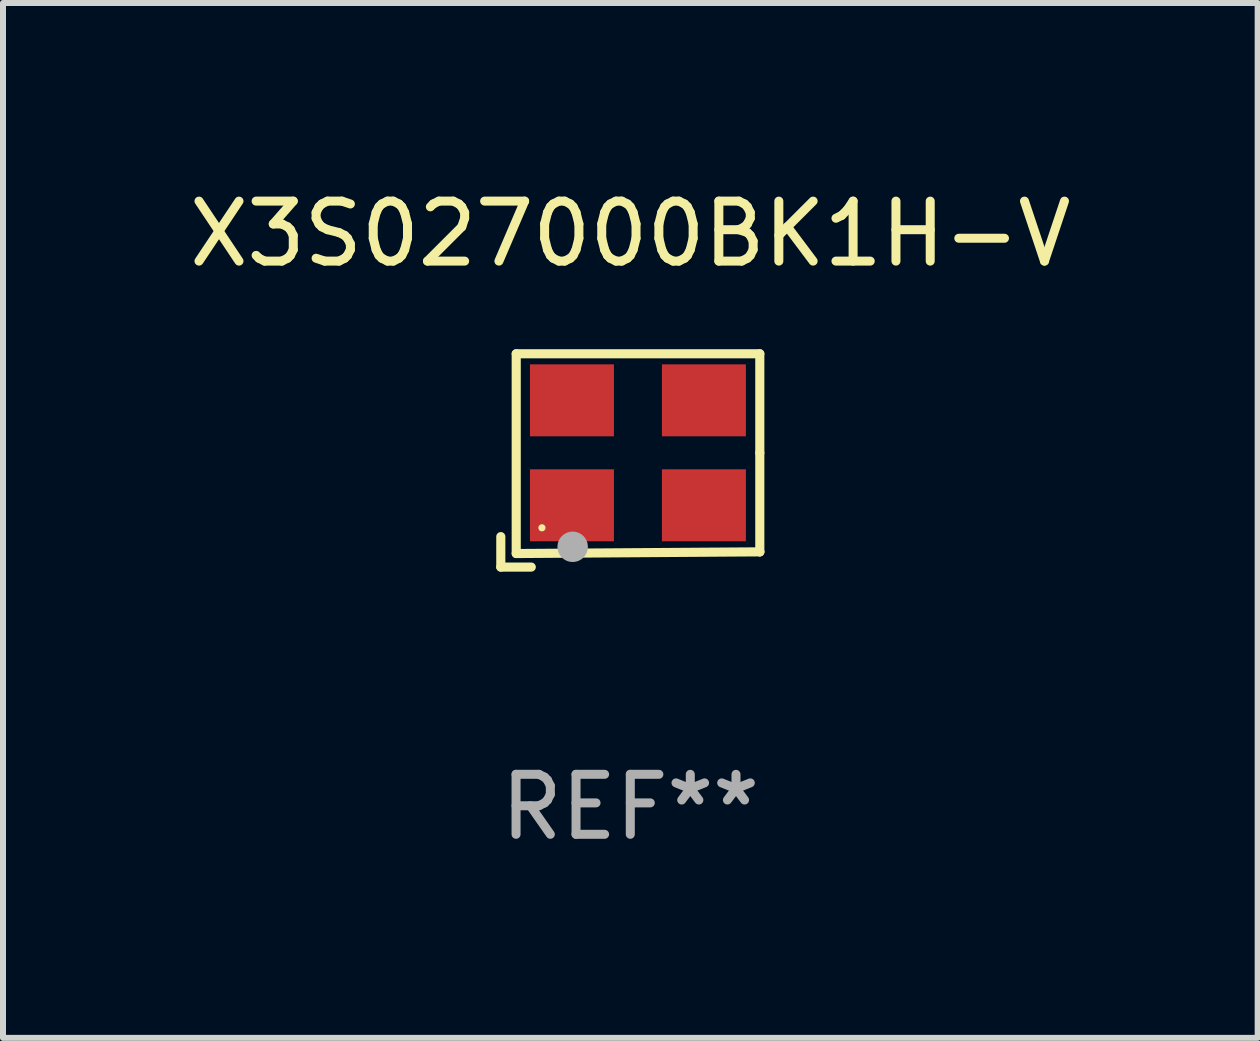
<source format=kicad_pcb>
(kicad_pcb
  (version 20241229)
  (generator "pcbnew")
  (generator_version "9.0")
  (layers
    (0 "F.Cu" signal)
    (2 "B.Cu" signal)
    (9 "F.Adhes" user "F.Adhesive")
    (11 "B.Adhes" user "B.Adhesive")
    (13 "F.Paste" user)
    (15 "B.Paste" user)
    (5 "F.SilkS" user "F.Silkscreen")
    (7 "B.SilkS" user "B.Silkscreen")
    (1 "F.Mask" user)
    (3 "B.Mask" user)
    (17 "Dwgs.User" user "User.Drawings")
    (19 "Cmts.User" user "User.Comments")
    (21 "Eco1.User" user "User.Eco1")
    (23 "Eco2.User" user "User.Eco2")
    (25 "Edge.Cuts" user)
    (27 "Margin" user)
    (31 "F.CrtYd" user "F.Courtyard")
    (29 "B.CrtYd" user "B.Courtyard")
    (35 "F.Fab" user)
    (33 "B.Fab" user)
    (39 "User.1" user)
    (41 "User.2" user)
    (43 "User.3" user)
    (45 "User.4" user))
  (footprint "X3S027000BK1H-V"
    (layer "F.Cu")
    (at 7.458 4.626)
    (property "Reference" "X3S027000BK1H-V" (at 0 -3.778 0) (layer "F.SilkS") (effects (font (size 1 1) (thickness 0.15))))
    (attr through_hole)
    (fp_line (start -2.159 1.27) (end -2.159 1.778) (stroke (width 0.152) (type solid)) (layer "F.SilkS"))
    (fp_line (start -2.159 1.778) (end -1.651 1.778) (stroke (width 0.152) (type solid)) (layer "F.SilkS"))
    (fp_line (start -1.902 -1.778) (end 2.159 -1.778) (stroke (width 0.152) (type solid)) (layer "F.SilkS"))
    (fp_line (start -1.902 1.552) (end -1.902 -1.778) (stroke (width 0.152) (type solid)) (layer "F.SilkS"))
    (fp_line (start 2.159 -1.778) (end 2.159 -0.127) (stroke (width 0.152) (type solid)) (layer "F.SilkS"))
    (fp_line (start 2.159 -0.127) (end 2.159 1.524) (stroke (width 0.152) (type solid)) (layer "F.SilkS"))
    (fp_line (start 2.159 1.524) (end -1.902 1.552) (stroke (width 0.152) (type solid)) (layer "F.SilkS"))
    (fp_line (start 2.159 1.524) (end 2.159 1.524) (stroke (width 0.152) (type solid)) (layer "F.SilkS"))
    (fp_circle (center -1.473 1.123) (end -1.443 1.123) (stroke (width 0.06) (type solid)) (fill no) (layer "F.SilkS"))
    (fp_circle (center -0.961 1.44) (end -0.834 1.44) (stroke (width 0.254) (type solid)) (fill no) (layer "F.Fab"))
    (fp_text user "REF**" (at 0 5.778 0) (layer "F.Fab") (effects (font (size 1 1) (thickness 0.15))))
    (pad "1" smd rect (at -0.973 0.748) (size 1.4 1.2) (layers "F.Cu" "F.Mask" "F.Paste"))
    (pad "2" smd rect (at 1.227 0.748) (size 1.4 1.2) (layers "F.Cu" "F.Mask" "F.Paste"))
    (pad "3" smd rect (at 1.227 -1.002) (size 1.4 1.2) (layers "F.Cu" "F.Mask" "F.Paste"))
    (pad "4" smd rect (at -0.973 -1.002) (size 1.4 1.2) (layers "F.Cu" "F.Mask" "F.Paste")))
  (gr_rect
    (start -3 -3)
    (end 17.917 14.253)
    (stroke (width 0.1) (type default))
    (fill no)
    (layer "Edge.Cuts")))
</source>
